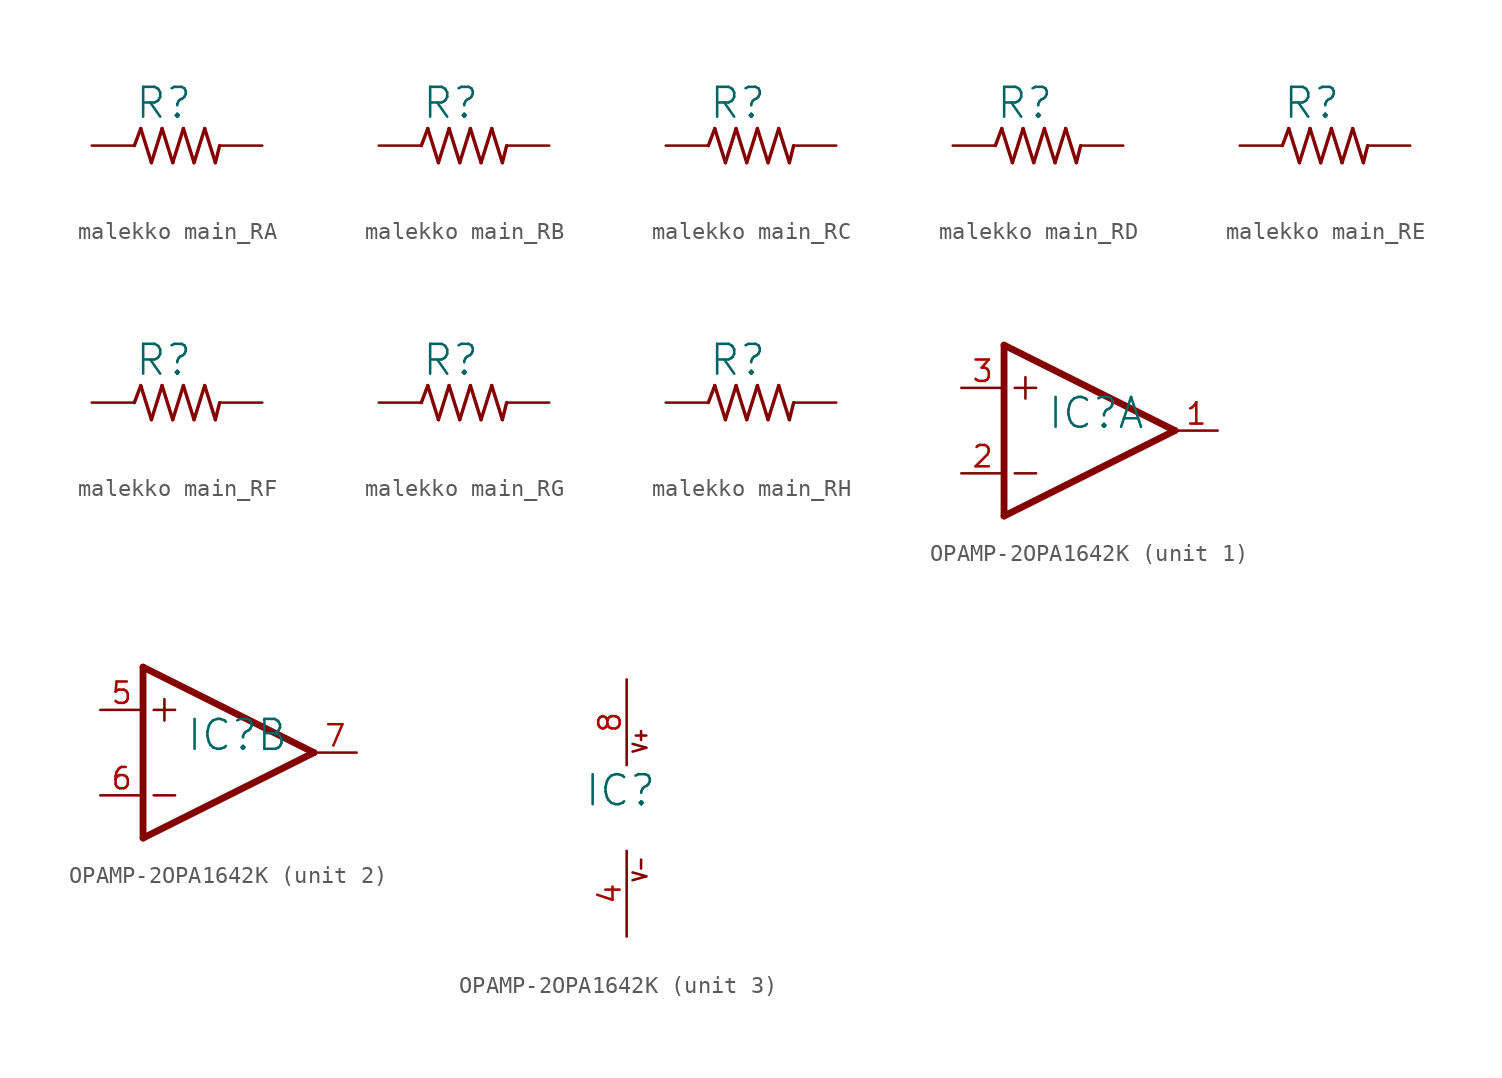
<source format=kicad_sym>
(kicad_symbol_lib
  (version 20231120)
  (generator "kicad_symbol_editor")
  (generator_version "8.0")
  (symbol "malekko main_RA"
    (property "Reference" "R"
      (at -2.54 1.499 0)
      (effects (font (size 1.778 1.778)) (justify left bottom)))
    (property "Value" ""
      (at -5.08 -3.302 0)
      (effects (font (size 1.778 1.778)) (justify left bottom)))
    (property "ki_locked" ""
      (at 0 0 0)
      (effects (font (size 1.27 1.27))))
    (symbol "malekko main_RA_1_0"
      (polyline (pts (xy -2.54 0) (xy -2.159 1.016)) (stroke (width 0.203) (type solid)) (fill (type none)))
      (polyline (pts (xy -2.159 1.016) (xy -1.524 -1.016)) (stroke (width 0.203) (type solid)) (fill (type none)))
      (polyline (pts (xy -1.524 -1.016) (xy -0.889 1.016)) (stroke (width 0.203) (type solid)) (fill (type none)))
      (polyline (pts (xy -0.889 1.016) (xy -0.254 -1.016)) (stroke (width 0.203) (type solid)) (fill (type none)))
      (polyline (pts (xy -0.254 -1.016) (xy 0.381 1.016)) (stroke (width 0.203) (type solid)) (fill (type none)))
      (polyline (pts (xy 0.381 1.016) (xy 1.016 -1.016)) (stroke (width 0.203) (type solid)) (fill (type none)))
      (polyline (pts (xy 1.016 -1.016) (xy 1.651 1.016)) (stroke (width 0.203) (type solid)) (fill (type none)))
      (polyline (pts (xy 1.651 1.016) (xy 2.286 -1.016)) (stroke (width 0.203) (type solid)) (fill (type none)))
      (polyline (pts (xy 2.286 -1.016) (xy 2.54 0)) (stroke (width 0.203) (type solid)) (fill (type none)))
      (pin passive line (at -5.08 0 0) (length 2.54) (name "1" (effects (font (size 0 0)))) (number "1" (effects (font (size 0 0)))))
      (pin passive line (at 5.08 0 180) (length 2.54) (name "2" (effects (font (size 0 0)))) (number "2" (effects (font (size 0 0)))))))
  (symbol "malekko main_RB"
    (property "Reference" "R"
      (at -2.54 1.499 0)
      (effects (font (size 1.778 1.778)) (justify left bottom)))
    (property "Value" ""
      (at -5.08 -3.302 0)
      (effects (font (size 1.778 1.778)) (justify left bottom)))
    (property "ki_locked" ""
      (at 0 0 0)
      (effects (font (size 1.27 1.27))))
    (symbol "malekko main_RB_1_0"
      (polyline (pts (xy -2.54 0) (xy -2.159 1.016)) (stroke (width 0.203) (type solid)) (fill (type none)))
      (polyline (pts (xy -2.159 1.016) (xy -1.524 -1.016)) (stroke (width 0.203) (type solid)) (fill (type none)))
      (polyline (pts (xy -1.524 -1.016) (xy -0.889 1.016)) (stroke (width 0.203) (type solid)) (fill (type none)))
      (polyline (pts (xy -0.889 1.016) (xy -0.254 -1.016)) (stroke (width 0.203) (type solid)) (fill (type none)))
      (polyline (pts (xy -0.254 -1.016) (xy 0.381 1.016)) (stroke (width 0.203) (type solid)) (fill (type none)))
      (polyline (pts (xy 0.381 1.016) (xy 1.016 -1.016)) (stroke (width 0.203) (type solid)) (fill (type none)))
      (polyline (pts (xy 1.016 -1.016) (xy 1.651 1.016)) (stroke (width 0.203) (type solid)) (fill (type none)))
      (polyline (pts (xy 1.651 1.016) (xy 2.286 -1.016)) (stroke (width 0.203) (type solid)) (fill (type none)))
      (polyline (pts (xy 2.286 -1.016) (xy 2.54 0)) (stroke (width 0.203) (type solid)) (fill (type none)))
      (pin passive line (at -5.08 0 0) (length 2.54) (name "1" (effects (font (size 0 0)))) (number "1" (effects (font (size 0 0)))))
      (pin passive line (at 5.08 0 180) (length 2.54) (name "2" (effects (font (size 0 0)))) (number "2" (effects (font (size 0 0)))))))
  (symbol "malekko main_RC"
    (property "Reference" "R"
      (at -2.54 1.499 0)
      (effects (font (size 1.778 1.778)) (justify left bottom)))
    (property "Value" ""
      (at -5.08 -3.302 0)
      (effects (font (size 1.778 1.778)) (justify left bottom)))
    (property "ki_locked" ""
      (at 0 0 0)
      (effects (font (size 1.27 1.27))))
    (symbol "malekko main_RC_1_0"
      (polyline (pts (xy -2.54 0) (xy -2.159 1.016)) (stroke (width 0.203) (type solid)) (fill (type none)))
      (polyline (pts (xy -2.159 1.016) (xy -1.524 -1.016)) (stroke (width 0.203) (type solid)) (fill (type none)))
      (polyline (pts (xy -1.524 -1.016) (xy -0.889 1.016)) (stroke (width 0.203) (type solid)) (fill (type none)))
      (polyline (pts (xy -0.889 1.016) (xy -0.254 -1.016)) (stroke (width 0.203) (type solid)) (fill (type none)))
      (polyline (pts (xy -0.254 -1.016) (xy 0.381 1.016)) (stroke (width 0.203) (type solid)) (fill (type none)))
      (polyline (pts (xy 0.381 1.016) (xy 1.016 -1.016)) (stroke (width 0.203) (type solid)) (fill (type none)))
      (polyline (pts (xy 1.016 -1.016) (xy 1.651 1.016)) (stroke (width 0.203) (type solid)) (fill (type none)))
      (polyline (pts (xy 1.651 1.016) (xy 2.286 -1.016)) (stroke (width 0.203) (type solid)) (fill (type none)))
      (polyline (pts (xy 2.286 -1.016) (xy 2.54 0)) (stroke (width 0.203) (type solid)) (fill (type none)))
      (pin passive line (at -5.08 0 0) (length 2.54) (name "1" (effects (font (size 0 0)))) (number "1" (effects (font (size 0 0)))))
      (pin passive line (at 5.08 0 180) (length 2.54) (name "2" (effects (font (size 0 0)))) (number "2" (effects (font (size 0 0)))))))
  (symbol "malekko main_RD"
    (property "Reference" "R"
      (at -2.54 1.499 0)
      (effects (font (size 1.778 1.778)) (justify left bottom)))
    (property "Value" ""
      (at -5.08 -3.302 0)
      (effects (font (size 1.778 1.778)) (justify left bottom)))
    (property "ki_locked" ""
      (at 0 0 0)
      (effects (font (size 1.27 1.27))))
    (symbol "malekko main_RD_1_0"
      (polyline (pts (xy -2.54 0) (xy -2.159 1.016)) (stroke (width 0.203) (type solid)) (fill (type none)))
      (polyline (pts (xy -2.159 1.016) (xy -1.524 -1.016)) (stroke (width 0.203) (type solid)) (fill (type none)))
      (polyline (pts (xy -1.524 -1.016) (xy -0.889 1.016)) (stroke (width 0.203) (type solid)) (fill (type none)))
      (polyline (pts (xy -0.889 1.016) (xy -0.254 -1.016)) (stroke (width 0.203) (type solid)) (fill (type none)))
      (polyline (pts (xy -0.254 -1.016) (xy 0.381 1.016)) (stroke (width 0.203) (type solid)) (fill (type none)))
      (polyline (pts (xy 0.381 1.016) (xy 1.016 -1.016)) (stroke (width 0.203) (type solid)) (fill (type none)))
      (polyline (pts (xy 1.016 -1.016) (xy 1.651 1.016)) (stroke (width 0.203) (type solid)) (fill (type none)))
      (polyline (pts (xy 1.651 1.016) (xy 2.286 -1.016)) (stroke (width 0.203) (type solid)) (fill (type none)))
      (polyline (pts (xy 2.286 -1.016) (xy 2.54 0)) (stroke (width 0.203) (type solid)) (fill (type none)))
      (pin passive line (at -5.08 0 0) (length 2.54) (name "1" (effects (font (size 0 0)))) (number "1" (effects (font (size 0 0)))))
      (pin passive line (at 5.08 0 180) (length 2.54) (name "2" (effects (font (size 0 0)))) (number "2" (effects (font (size 0 0)))))))
  (symbol "malekko main_RE"
    (property "Reference" "R"
      (at -2.54 1.499 0)
      (effects (font (size 1.778 1.778)) (justify left bottom)))
    (property "Value" ""
      (at -5.08 -3.302 0)
      (effects (font (size 1.778 1.778)) (justify left bottom)))
    (property "ki_locked" ""
      (at 0 0 0)
      (effects (font (size 1.27 1.27))))
    (symbol "malekko main_RE_1_0"
      (polyline (pts (xy -2.54 0) (xy -2.159 1.016)) (stroke (width 0.203) (type solid)) (fill (type none)))
      (polyline (pts (xy -2.159 1.016) (xy -1.524 -1.016)) (stroke (width 0.203) (type solid)) (fill (type none)))
      (polyline (pts (xy -1.524 -1.016) (xy -0.889 1.016)) (stroke (width 0.203) (type solid)) (fill (type none)))
      (polyline (pts (xy -0.889 1.016) (xy -0.254 -1.016)) (stroke (width 0.203) (type solid)) (fill (type none)))
      (polyline (pts (xy -0.254 -1.016) (xy 0.381 1.016)) (stroke (width 0.203) (type solid)) (fill (type none)))
      (polyline (pts (xy 0.381 1.016) (xy 1.016 -1.016)) (stroke (width 0.203) (type solid)) (fill (type none)))
      (polyline (pts (xy 1.016 -1.016) (xy 1.651 1.016)) (stroke (width 0.203) (type solid)) (fill (type none)))
      (polyline (pts (xy 1.651 1.016) (xy 2.286 -1.016)) (stroke (width 0.203) (type solid)) (fill (type none)))
      (polyline (pts (xy 2.286 -1.016) (xy 2.54 0)) (stroke (width 0.203) (type solid)) (fill (type none)))
      (pin passive line (at -5.08 0 0) (length 2.54) (name "1" (effects (font (size 0 0)))) (number "P$1" (effects (font (size 0 0)))))
      (pin passive line (at 5.08 0 180) (length 2.54) (name "2" (effects (font (size 0 0)))) (number "P$2" (effects (font (size 0 0)))))))
  (symbol "malekko main_RF"
    (property "Reference" "R"
      (at -2.54 1.499 0)
      (effects (font (size 1.778 1.778)) (justify left bottom)))
    (property "Value" ""
      (at -5.08 -3.302 0)
      (effects (font (size 1.778 1.778)) (justify left bottom)))
    (property "ki_locked" ""
      (at 0 0 0)
      (effects (font (size 1.27 1.27))))
    (symbol "malekko main_RF_1_0"
      (polyline (pts (xy -2.54 0) (xy -2.159 1.016)) (stroke (width 0.203) (type solid)) (fill (type none)))
      (polyline (pts (xy -2.159 1.016) (xy -1.524 -1.016)) (stroke (width 0.203) (type solid)) (fill (type none)))
      (polyline (pts (xy -1.524 -1.016) (xy -0.889 1.016)) (stroke (width 0.203) (type solid)) (fill (type none)))
      (polyline (pts (xy -0.889 1.016) (xy -0.254 -1.016)) (stroke (width 0.203) (type solid)) (fill (type none)))
      (polyline (pts (xy -0.254 -1.016) (xy 0.381 1.016)) (stroke (width 0.203) (type solid)) (fill (type none)))
      (polyline (pts (xy 0.381 1.016) (xy 1.016 -1.016)) (stroke (width 0.203) (type solid)) (fill (type none)))
      (polyline (pts (xy 1.016 -1.016) (xy 1.651 1.016)) (stroke (width 0.203) (type solid)) (fill (type none)))
      (polyline (pts (xy 1.651 1.016) (xy 2.286 -1.016)) (stroke (width 0.203) (type solid)) (fill (type none)))
      (polyline (pts (xy 2.286 -1.016) (xy 2.54 0)) (stroke (width 0.203) (type solid)) (fill (type none)))
      (pin passive line (at -5.08 0 0) (length 2.54) (name "1" (effects (font (size 0 0)))) (number "1" (effects (font (size 0 0)))))
      (pin passive line (at 5.08 0 180) (length 2.54) (name "2" (effects (font (size 0 0)))) (number "2" (effects (font (size 0 0)))))))
  (symbol "malekko main_RG"
    (property "Reference" "R"
      (at -2.54 1.499 0)
      (effects (font (size 1.778 1.778)) (justify left bottom)))
    (property "Value" ""
      (at -5.08 -3.302 0)
      (effects (font (size 1.778 1.778)) (justify left bottom)))
    (property "ki_locked" ""
      (at 0 0 0)
      (effects (font (size 1.27 1.27))))
    (symbol "malekko main_RG_1_0"
      (polyline (pts (xy -2.54 0) (xy -2.159 1.016)) (stroke (width 0.203) (type solid)) (fill (type none)))
      (polyline (pts (xy -2.159 1.016) (xy -1.524 -1.016)) (stroke (width 0.203) (type solid)) (fill (type none)))
      (polyline (pts (xy -1.524 -1.016) (xy -0.889 1.016)) (stroke (width 0.203) (type solid)) (fill (type none)))
      (polyline (pts (xy -0.889 1.016) (xy -0.254 -1.016)) (stroke (width 0.203) (type solid)) (fill (type none)))
      (polyline (pts (xy -0.254 -1.016) (xy 0.381 1.016)) (stroke (width 0.203) (type solid)) (fill (type none)))
      (polyline (pts (xy 0.381 1.016) (xy 1.016 -1.016)) (stroke (width 0.203) (type solid)) (fill (type none)))
      (polyline (pts (xy 1.016 -1.016) (xy 1.651 1.016)) (stroke (width 0.203) (type solid)) (fill (type none)))
      (polyline (pts (xy 1.651 1.016) (xy 2.286 -1.016)) (stroke (width 0.203) (type solid)) (fill (type none)))
      (polyline (pts (xy 2.286 -1.016) (xy 2.54 0)) (stroke (width 0.203) (type solid)) (fill (type none)))
      (pin passive line (at -5.08 0 0) (length 2.54) (name "1" (effects (font (size 0 0)))) (number "1" (effects (font (size 0 0)))))
      (pin passive line (at 5.08 0 180) (length 2.54) (name "2" (effects (font (size 0 0)))) (number "2" (effects (font (size 0 0)))))))
  (symbol "malekko main_RH"
    (property "Reference" "R"
      (at -2.54 1.499 0)
      (effects (font (size 1.778 1.778)) (justify left bottom)))
    (property "Value" ""
      (at -5.08 -3.302 0)
      (effects (font (size 1.778 1.778)) (justify left bottom)))
    (property "ki_locked" ""
      (at 0 0 0)
      (effects (font (size 1.27 1.27))))
    (symbol "malekko main_RH_1_0"
      (polyline (pts (xy -2.54 0) (xy -2.159 1.016)) (stroke (width 0.203) (type solid)) (fill (type none)))
      (polyline (pts (xy -2.159 1.016) (xy -1.524 -1.016)) (stroke (width 0.203) (type solid)) (fill (type none)))
      (polyline (pts (xy -1.524 -1.016) (xy -0.889 1.016)) (stroke (width 0.203) (type solid)) (fill (type none)))
      (polyline (pts (xy -0.889 1.016) (xy -0.254 -1.016)) (stroke (width 0.203) (type solid)) (fill (type none)))
      (polyline (pts (xy -0.254 -1.016) (xy 0.381 1.016)) (stroke (width 0.203) (type solid)) (fill (type none)))
      (polyline (pts (xy 0.381 1.016) (xy 1.016 -1.016)) (stroke (width 0.203) (type solid)) (fill (type none)))
      (polyline (pts (xy 1.016 -1.016) (xy 1.651 1.016)) (stroke (width 0.203) (type solid)) (fill (type none)))
      (polyline (pts (xy 1.651 1.016) (xy 2.286 -1.016)) (stroke (width 0.203) (type solid)) (fill (type none)))
      (polyline (pts (xy 2.286 -1.016) (xy 2.54 0)) (stroke (width 0.203) (type solid)) (fill (type none)))
      (pin passive line (at -5.08 0 0) (length 2.54) (name "1" (effects (font (size 0 0)))) (number "1" (effects (font (size 0 0)))))
      (pin passive line (at 5.08 0 180) (length 2.54) (name "2" (effects (font (size 0 0)))) (number "2" (effects (font (size 0 0)))))))
  (symbol "OPAMP-2OPA1642K"
    (property "Reference" "IC"
      (at -2.54 0 0)
      (effects (font (size 1.778 1.778)) (justify left bottom)))
    (property "ki_locked" ""
      (at 0 0 0)
      (effects (font (size 1.27 1.27))))
    (symbol "OPAMP-2OPA1642K_1_0"
      (polyline (pts (xy -5.08 -5.08) (xy 5.08 0)) (stroke (width 0.406) (type solid)) (fill (type none)))
      (polyline (pts (xy -5.08 5.08) (xy -5.08 -5.08)) (stroke (width 0.406) (type solid)) (fill (type none)))
      (polyline (pts (xy -4.445 -2.54) (xy -3.175 -2.54)) (stroke (width 0.152) (type solid)) (fill (type none)))
      (polyline (pts (xy -4.445 2.54) (xy -3.175 2.54)) (stroke (width 0.152) (type solid)) (fill (type none)))
      (polyline (pts (xy -3.81 3.175) (xy -3.81 1.905)) (stroke (width 0.152) (type solid)) (fill (type none)))
      (polyline (pts (xy 5.08 0) (xy -5.08 5.08)) (stroke (width 0.406) (type solid)) (fill (type none)))
      (pin output line (at 7.62 0 180) (length 2.54) (name "OUT" (effects (font (size 0 0)))) (number "1" (effects (font (size 1.27 1.27)))))
      (pin input line (at -7.62 -2.54 0) (length 2.54) (name "-IN" (effects (font (size 0 0)))) (number "2" (effects (font (size 1.27 1.27)))))
      (pin input line (at -7.62 2.54 0) (length 2.54) (name "+IN" (effects (font (size 0 0)))) (number "3" (effects (font (size 1.27 1.27))))))
    (symbol "OPAMP-2OPA1642K_2_0"
      (polyline (pts (xy -5.08 -5.08) (xy 5.08 0)) (stroke (width 0.406) (type solid)) (fill (type none)))
      (polyline (pts (xy -5.08 5.08) (xy -5.08 -5.08)) (stroke (width 0.406) (type solid)) (fill (type none)))
      (polyline (pts (xy -4.445 -2.54) (xy -3.175 -2.54)) (stroke (width 0.152) (type solid)) (fill (type none)))
      (polyline (pts (xy -4.445 2.54) (xy -3.175 2.54)) (stroke (width 0.152) (type solid)) (fill (type none)))
      (polyline (pts (xy -3.81 3.175) (xy -3.81 1.905)) (stroke (width 0.152) (type solid)) (fill (type none)))
      (polyline (pts (xy 5.08 0) (xy -5.08 5.08)) (stroke (width 0.406) (type solid)) (fill (type none)))
      (pin input line (at -7.62 2.54 0) (length 2.54) (name "+IN" (effects (font (size 0 0)))) (number "5" (effects (font (size 1.27 1.27)))))
      (pin input line (at -7.62 -2.54 0) (length 2.54) (name "-IN" (effects (font (size 0 0)))) (number "6" (effects (font (size 1.27 1.27)))))
      (pin output line (at 7.62 0 180) (length 2.54) (name "OUT" (effects (font (size 0 0)))) (number "7" (effects (font (size 1.27 1.27))))))
    (symbol "OPAMP-2OPA1642K_3_0"
      (text "V+" (at 1.27 3.175 900) (effects (font (size 0.813 0.691)) (justify left bottom)))
      (text "V-" (at 1.27 -4.445 900) (effects (font (size 0.813 0.691)) (justify left bottom)))
      (pin power_in line (at 0 -7.62 90) (length 5.08) (name "V-" (effects (font (size 0 0)))) (number "4" (effects (font (size 1.27 1.27)))))
      (pin power_in line (at 0 7.62 270) (length 5.08) (name "V+" (effects (font (size 0 0)))) (number "8" (effects (font (size 1.27 1.27))))))))
</source>
